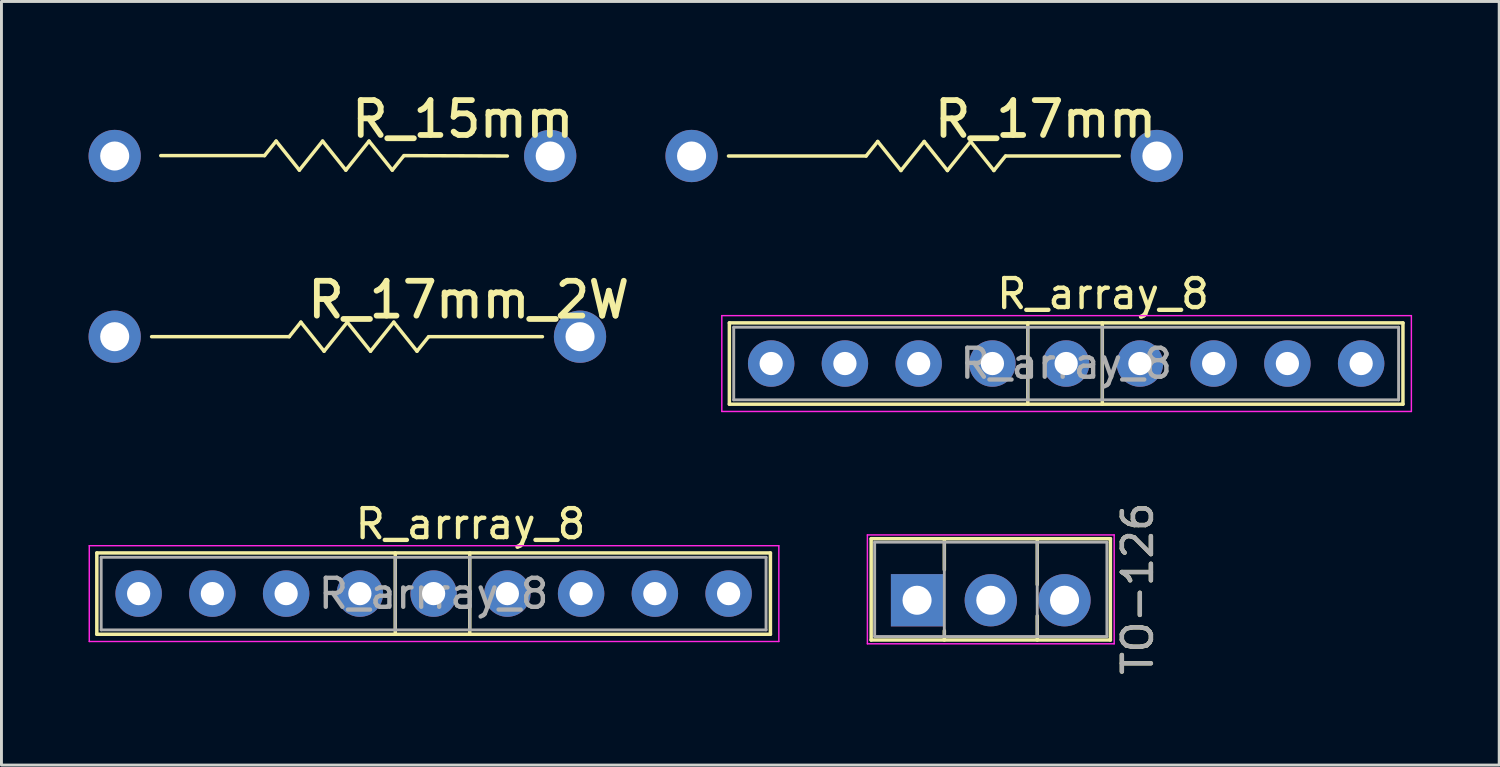
<source format=kicad_pcb>
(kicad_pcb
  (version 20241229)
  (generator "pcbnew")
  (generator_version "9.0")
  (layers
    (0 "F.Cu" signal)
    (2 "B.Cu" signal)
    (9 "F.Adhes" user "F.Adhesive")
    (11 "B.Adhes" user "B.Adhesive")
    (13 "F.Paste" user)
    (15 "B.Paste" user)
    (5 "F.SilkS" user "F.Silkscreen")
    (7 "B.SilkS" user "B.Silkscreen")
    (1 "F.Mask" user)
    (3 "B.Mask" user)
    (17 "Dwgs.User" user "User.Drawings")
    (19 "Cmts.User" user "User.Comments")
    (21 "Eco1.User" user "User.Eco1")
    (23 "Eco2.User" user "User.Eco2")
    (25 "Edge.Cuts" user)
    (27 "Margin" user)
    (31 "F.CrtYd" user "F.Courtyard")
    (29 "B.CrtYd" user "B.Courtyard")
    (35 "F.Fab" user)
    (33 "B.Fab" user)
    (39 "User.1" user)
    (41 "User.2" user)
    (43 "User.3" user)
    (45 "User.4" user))
  (footprint "TO-126"
    (layer "F.Cu")
    (at 28.535 17.624)
    (property "Reference" "TO-126" (at 7.6 -0.4 90) (layer "F.SilkS") (effects (font (size 1 1) (thickness 0.15))))
    (attr through_hole)
    (fp_line (start -1.58 -2.12) (end -1.58 1.37) (stroke (width 0.12) (type solid)) (layer "F.SilkS"))
    (fp_line (start -1.58 -2.12) (end 6.66 -2.12) (stroke (width 0.12) (type solid)) (layer "F.SilkS"))
    (fp_line (start -1.58 1.37) (end 6.66 1.37) (stroke (width 0.12) (type solid)) (layer "F.SilkS"))
    (fp_line (start 0.94 -2.12) (end 0.94 -1.05) (stroke (width 0.12) (type solid)) (layer "F.SilkS"))
    (fp_line (start 0.94 1.05) (end 0.94 1.37) (stroke (width 0.12) (type solid)) (layer "F.SilkS"))
    (fp_line (start 4.141 -2.12) (end 4.141 -0.54) (stroke (width 0.12) (type solid)) (layer "F.SilkS"))
    (fp_line (start 4.141 0.54) (end 4.141 1.37) (stroke (width 0.12) (type solid)) (layer "F.SilkS"))
    (fp_line (start 6.66 -2.12) (end 6.66 1.37) (stroke (width 0.12) (type solid)) (layer "F.SilkS"))
    (fp_line (start -1.71 -2.25) (end -1.71 1.5) (stroke (width 0.05) (type solid)) (layer "F.CrtYd"))
    (fp_line (start -1.71 1.5) (end 6.79 1.5) (stroke (width 0.05) (type solid)) (layer "F.CrtYd"))
    (fp_line (start 6.79 -2.25) (end -1.71 -2.25) (stroke (width 0.05) (type solid)) (layer "F.CrtYd"))
    (fp_line (start 6.79 1.5) (end 6.79 -2.25) (stroke (width 0.05) (type solid)) (layer "F.CrtYd"))
    (fp_line (start -1.46 -2) (end -1.46 1.25) (stroke (width 0.1) (type solid)) (layer "F.Fab"))
    (fp_line (start -1.46 1.25) (end 6.54 1.25) (stroke (width 0.1) (type solid)) (layer "F.Fab"))
    (fp_line (start 0.94 -2) (end 0.94 1.25) (stroke (width 0.1) (type solid)) (layer "F.Fab"))
    (fp_line (start 4.14 -2) (end 4.14 1.25) (stroke (width 0.1) (type solid)) (layer "F.Fab"))
    (fp_line (start 6.54 -2) (end -1.46 -2) (stroke (width 0.1) (type solid)) (layer "F.Fab"))
    (fp_line (start 6.54 1.25) (end 6.54 -2) (stroke (width 0.1) (type solid)) (layer "F.Fab"))
    (fp_text user "${REFERENCE}" (at 7.6 -0.4 90) (layer "F.Fab") (effects (font (size 1 1) (thickness 0.15))))
    (pad "1" thru_hole rect (at 0 0) (size 1.8 1.8) (drill 1) (layers "*.Cu" "*.Mask"))
    (pad "2" thru_hole oval (at 2.54 0) (size 1.8 1.8) (drill 1) (layers "*.Cu" "*.Mask"))
    (pad "3" thru_hole oval (at 5.08 0) (size 1.8 1.8) (drill 1) (layers "*.Cu" "*.Mask")))
  (footprint "R_15mm"
    (layer "F.Cu")
    (at 0.9 2.323)
    (property "Reference" "R_15mm" (at 11.989 -1.27 0) (layer "F.SilkS") (effects (font (size 1.2 1.2) (thickness 0.2))))
    (attr through_hole)
    (fp_line (start 5.161 -0.013) (end 1.587 -0.013) (stroke (width 0.12) (type solid)) (layer "F.SilkS"))
    (fp_line (start 5.161 -0.013) (end 5.561 -0.513) (stroke (width 0.12) (type solid)) (layer "F.SilkS"))
    (fp_line (start 5.561 -0.513) (end 6.361 0.487) (stroke (width 0.12) (type solid)) (layer "F.SilkS"))
    (fp_line (start 6.361 0.487) (end 7.161 -0.513) (stroke (width 0.12) (type solid)) (layer "F.SilkS"))
    (fp_line (start 7.161 -0.513) (end 7.961 0.487) (stroke (width 0.12) (type solid)) (layer "F.SilkS"))
    (fp_line (start 7.961 0.487) (end 8.761 -0.513) (stroke (width 0.12) (type solid)) (layer "F.SilkS"))
    (fp_line (start 8.761 -0.513) (end 9.561 0.487) (stroke (width 0.12) (type solid)) (layer "F.SilkS"))
    (fp_line (start 9.561 0.487) (end 9.961 -0.013) (stroke (width 0.12) (type solid)) (layer "F.SilkS"))
    (fp_line (start 9.971 -0.013) (end 13.525 0) (stroke (width 0.12) (type solid)) (layer "F.SilkS"))
    (pad "1" thru_hole circle (at 0 0) (size 1.8 1.8) (drill 1) (layers "*.Cu" "*.Mask"))
    (pad "2" thru_hole oval (at 15 0) (size 1.8 1.8) (drill 1) (layers "*.Cu" "*.Mask")))
  (footprint "R_arrray_8"
    (layer "F.Cu")
    (at 1.725 17.395)
    (property "Reference" "R_arrray_8" (at 11.43 -2.4 0) (layer "F.SilkS") (effects (font (size 1 1) (thickness 0.15))))
    (attr through_hole)
    (fp_line (start -1.44 -1.4) (end -1.44 1.4) (stroke (width 0.12) (type solid)) (layer "F.SilkS"))
    (fp_line (start -1.44 1.4) (end 21.76 1.4) (stroke (width 0.12) (type solid)) (layer "F.SilkS"))
    (fp_line (start 8.839 -1.4) (end 8.839 1.4) (stroke (width 0.12) (type solid)) (layer "F.SilkS"))
    (fp_line (start 11.405 -1.4) (end 11.405 1.4) (stroke (width 0.12) (type solid)) (layer "F.SilkS"))
    (fp_line (start 21.76 -1.4) (end -1.44 -1.4) (stroke (width 0.12) (type solid)) (layer "F.SilkS"))
    (fp_line (start 21.76 1.4) (end 21.76 -1.4) (stroke (width 0.12) (type solid)) (layer "F.SilkS"))
    (fp_line (start -1.7 -1.65) (end -1.7 1.65) (stroke (width 0.05) (type solid)) (layer "F.CrtYd"))
    (fp_line (start -1.7 1.65) (end 22.05 1.65) (stroke (width 0.05) (type solid)) (layer "F.CrtYd"))
    (fp_line (start 22.05 -1.65) (end -1.7 -1.65) (stroke (width 0.05) (type solid)) (layer "F.CrtYd"))
    (fp_line (start 22.05 1.65) (end 22.05 -1.65) (stroke (width 0.05) (type solid)) (layer "F.CrtYd"))
    (fp_line (start -1.29 -1.25) (end -1.29 1.25) (stroke (width 0.1) (type solid)) (layer "F.Fab"))
    (fp_line (start -1.29 1.25) (end 21.61 1.25) (stroke (width 0.1) (type solid)) (layer "F.Fab"))
    (fp_line (start 8.839 -1.245) (end 8.839 1.255) (stroke (width 0.1) (type solid)) (layer "F.Fab"))
    (fp_line (start 11.405 -1.255) (end 11.405 1.245) (stroke (width 0.1) (type solid)) (layer "F.Fab"))
    (fp_line (start 21.61 -1.25) (end -1.29 -1.25) (stroke (width 0.1) (type solid)) (layer "F.Fab"))
    (fp_line (start 21.61 1.25) (end 21.61 -1.25) (stroke (width 0.1) (type solid)) (layer "F.Fab"))
    (fp_text user "${REFERENCE}" (at 10.16 0 0) (layer "F.Fab") (effects (font (size 1 1) (thickness 0.15))))
    (pad "1" thru_hole oval (at 0 0) (size 1.6 1.6) (drill 0.8) (layers "*.Cu" "*.Mask"))
    (pad "2" thru_hole oval (at 2.54 0) (size 1.6 1.6) (drill 0.8) (layers "*.Cu" "*.Mask"))
    (pad "3" thru_hole oval (at 5.08 0) (size 1.6 1.6) (drill 0.8) (layers "*.Cu" "*.Mask"))
    (pad "4" thru_hole oval (at 7.62 0) (size 1.6 1.6) (drill 0.8) (layers "*.Cu" "*.Mask"))
    (pad "5" thru_hole oval (at 10.16 0) (size 1.6 1.6) (drill 0.8) (layers "*.Cu" "*.Mask"))
    (pad "6" thru_hole oval (at 12.7 0) (size 1.6 1.6) (drill 0.8) (layers "*.Cu" "*.Mask"))
    (pad "7" thru_hole oval (at 15.24 0) (size 1.6 1.6) (drill 0.8) (layers "*.Cu" "*.Mask"))
    (pad "8" thru_hole oval (at 17.78 0) (size 1.6 1.6) (drill 0.8) (layers "*.Cu" "*.Mask"))
    (pad "9" thru_hole oval (at 20.32 0) (size 1.6 1.6) (drill 0.8) (layers "*.Cu" "*.Mask")))
  (footprint "R_17mm_2W"
    (layer "F.Cu")
    (at 0.9 8.546)
    (property "Reference" "R_17mm_2W" (at 12.192 -1.27 180) (layer "F.SilkS") (effects (font (size 1.2 1.2) (thickness 0.2))))
    (attr through_hole)
    (fp_line (start 6.012 0) (end 1.272 0) (stroke (width 0.12) (type solid)) (layer "F.SilkS"))
    (fp_line (start 6.012 0) (end 6.412 -0.5) (stroke (width 0.12) (type solid)) (layer "F.SilkS"))
    (fp_line (start 6.412 -0.5) (end 7.212 0.5) (stroke (width 0.12) (type solid)) (layer "F.SilkS"))
    (fp_line (start 7.212 0.5) (end 8.012 -0.5) (stroke (width 0.12) (type solid)) (layer "F.SilkS"))
    (fp_line (start 8.012 -0.5) (end 8.812 0.5) (stroke (width 0.12) (type solid)) (layer "F.SilkS"))
    (fp_line (start 8.812 0.5) (end 9.612 -0.5) (stroke (width 0.12) (type solid)) (layer "F.SilkS"))
    (fp_line (start 9.612 -0.5) (end 10.412 0.5) (stroke (width 0.12) (type solid)) (layer "F.SilkS"))
    (fp_line (start 10.412 0.5) (end 10.812 0) (stroke (width 0.12) (type solid)) (layer "F.SilkS"))
    (fp_line (start 10.822 0) (end 14.732 0) (stroke (width 0.12) (type solid)) (layer "F.SilkS"))
    (pad "1" thru_hole circle (at 0 0) (size 1.8 1.8) (drill 1) (layers "*.Cu" "*.Mask"))
    (pad "2" thru_hole oval (at 16.027 0) (size 1.8 1.8) (drill 1) (layers "*.Cu" "*.Mask")))
  (footprint "R_array_8"
    (layer "F.Cu")
    (at 23.511 9.471)
    (property "Reference" "R_array_8" (at 11.43 -2.4 0) (layer "F.SilkS") (effects (font (size 1 1) (thickness 0.15))))
    (attr through_hole)
    (fp_line (start -1.44 -1.4) (end -1.44 1.4) (stroke (width 0.12) (type solid)) (layer "F.SilkS"))
    (fp_line (start -1.44 1.4) (end 21.76 1.4) (stroke (width 0.12) (type solid)) (layer "F.SilkS"))
    (fp_line (start 8.839 -1.4) (end 8.839 1.4) (stroke (width 0.12) (type solid)) (layer "F.SilkS"))
    (fp_line (start 11.405 -1.4) (end 11.405 1.4) (stroke (width 0.12) (type solid)) (layer "F.SilkS"))
    (fp_line (start 21.76 -1.4) (end -1.44 -1.4) (stroke (width 0.12) (type solid)) (layer "F.SilkS"))
    (fp_line (start 21.76 1.4) (end 21.76 -1.4) (stroke (width 0.12) (type solid)) (layer "F.SilkS"))
    (fp_line (start -1.7 -1.65) (end -1.7 1.65) (stroke (width 0.05) (type solid)) (layer "F.CrtYd"))
    (fp_line (start -1.7 1.65) (end 22.05 1.65) (stroke (width 0.05) (type solid)) (layer "F.CrtYd"))
    (fp_line (start 22.05 -1.65) (end -1.7 -1.65) (stroke (width 0.05) (type solid)) (layer "F.CrtYd"))
    (fp_line (start 22.05 1.65) (end 22.05 -1.65) (stroke (width 0.05) (type solid)) (layer "F.CrtYd"))
    (fp_line (start -1.29 -1.25) (end -1.29 1.25) (stroke (width 0.1) (type solid)) (layer "F.Fab"))
    (fp_line (start -1.29 1.25) (end 21.61 1.25) (stroke (width 0.1) (type solid)) (layer "F.Fab"))
    (fp_line (start 8.839 -1.245) (end 8.839 1.255) (stroke (width 0.1) (type solid)) (layer "F.Fab"))
    (fp_line (start 11.405 -1.255) (end 11.405 1.245) (stroke (width 0.1) (type solid)) (layer "F.Fab"))
    (fp_line (start 21.61 -1.25) (end -1.29 -1.25) (stroke (width 0.1) (type solid)) (layer "F.Fab"))
    (fp_line (start 21.61 1.25) (end 21.61 -1.25) (stroke (width 0.1) (type solid)) (layer "F.Fab"))
    (fp_text user "${REFERENCE}" (at 10.16 0 0) (layer "F.Fab") (effects (font (size 1 1) (thickness 0.15))))
    (pad "1" thru_hole oval (at 0 0) (size 1.6 1.6) (drill 0.8) (layers "*.Cu" "*.Mask"))
    (pad "2" thru_hole oval (at 2.54 0) (size 1.6 1.6) (drill 0.8) (layers "*.Cu" "*.Mask"))
    (pad "3" thru_hole oval (at 5.08 0) (size 1.6 1.6) (drill 0.8) (layers "*.Cu" "*.Mask"))
    (pad "4" thru_hole oval (at 7.62 0) (size 1.6 1.6) (drill 0.8) (layers "*.Cu" "*.Mask"))
    (pad "5" thru_hole oval (at 10.16 0) (size 1.6 1.6) (drill 0.8) (layers "*.Cu" "*.Mask"))
    (pad "6" thru_hole oval (at 12.7 0) (size 1.6 1.6) (drill 0.8) (layers "*.Cu" "*.Mask"))
    (pad "7" thru_hole oval (at 15.24 0) (size 1.6 1.6) (drill 0.8) (layers "*.Cu" "*.Mask"))
    (pad "8" thru_hole oval (at 17.78 0) (size 1.6 1.6) (drill 0.8) (layers "*.Cu" "*.Mask"))
    (pad "9" thru_hole oval (at 20.32 0) (size 1.6 1.6) (drill 0.8) (layers "*.Cu" "*.Mask")))
  (footprint "R_17mm"
    (layer "F.Cu")
    (at 20.769 2.323)
    (property "Reference" "R_17mm" (at 12.192 -1.27 180) (layer "F.SilkS") (effects (font (size 1.2 1.2) (thickness 0.2))))
    (attr through_hole)
    (fp_line (start 6.012 0) (end 1.272 0) (stroke (width 0.12) (type solid)) (layer "F.SilkS"))
    (fp_line (start 6.012 0) (end 6.412 -0.5) (stroke (width 0.12) (type solid)) (layer "F.SilkS"))
    (fp_line (start 6.412 -0.5) (end 7.212 0.5) (stroke (width 0.12) (type solid)) (layer "F.SilkS"))
    (fp_line (start 7.212 0.5) (end 8.012 -0.5) (stroke (width 0.12) (type solid)) (layer "F.SilkS"))
    (fp_line (start 8.012 -0.5) (end 8.812 0.5) (stroke (width 0.12) (type solid)) (layer "F.SilkS"))
    (fp_line (start 8.812 0.5) (end 9.612 -0.5) (stroke (width 0.12) (type solid)) (layer "F.SilkS"))
    (fp_line (start 9.612 -0.5) (end 10.412 0.5) (stroke (width 0.12) (type solid)) (layer "F.SilkS"))
    (fp_line (start 10.412 0.5) (end 10.812 0) (stroke (width 0.12) (type solid)) (layer "F.SilkS"))
    (fp_line (start 10.822 0) (end 14.732 0) (stroke (width 0.12) (type solid)) (layer "F.SilkS"))
    (pad "1" thru_hole circle (at 0 0) (size 1.8 1.8) (drill 1) (layers "*.Cu" "*.Mask"))
    (pad "2" thru_hole oval (at 16.027 0) (size 1.8 1.8) (drill 1) (layers "*.Cu" "*.Mask")))
  (gr_rect
    (start -3 -3)
    (end 48.586 23.301)
    (stroke (width 0.1) (type default))
    (fill no)
    (layer "Edge.Cuts")))
</source>
